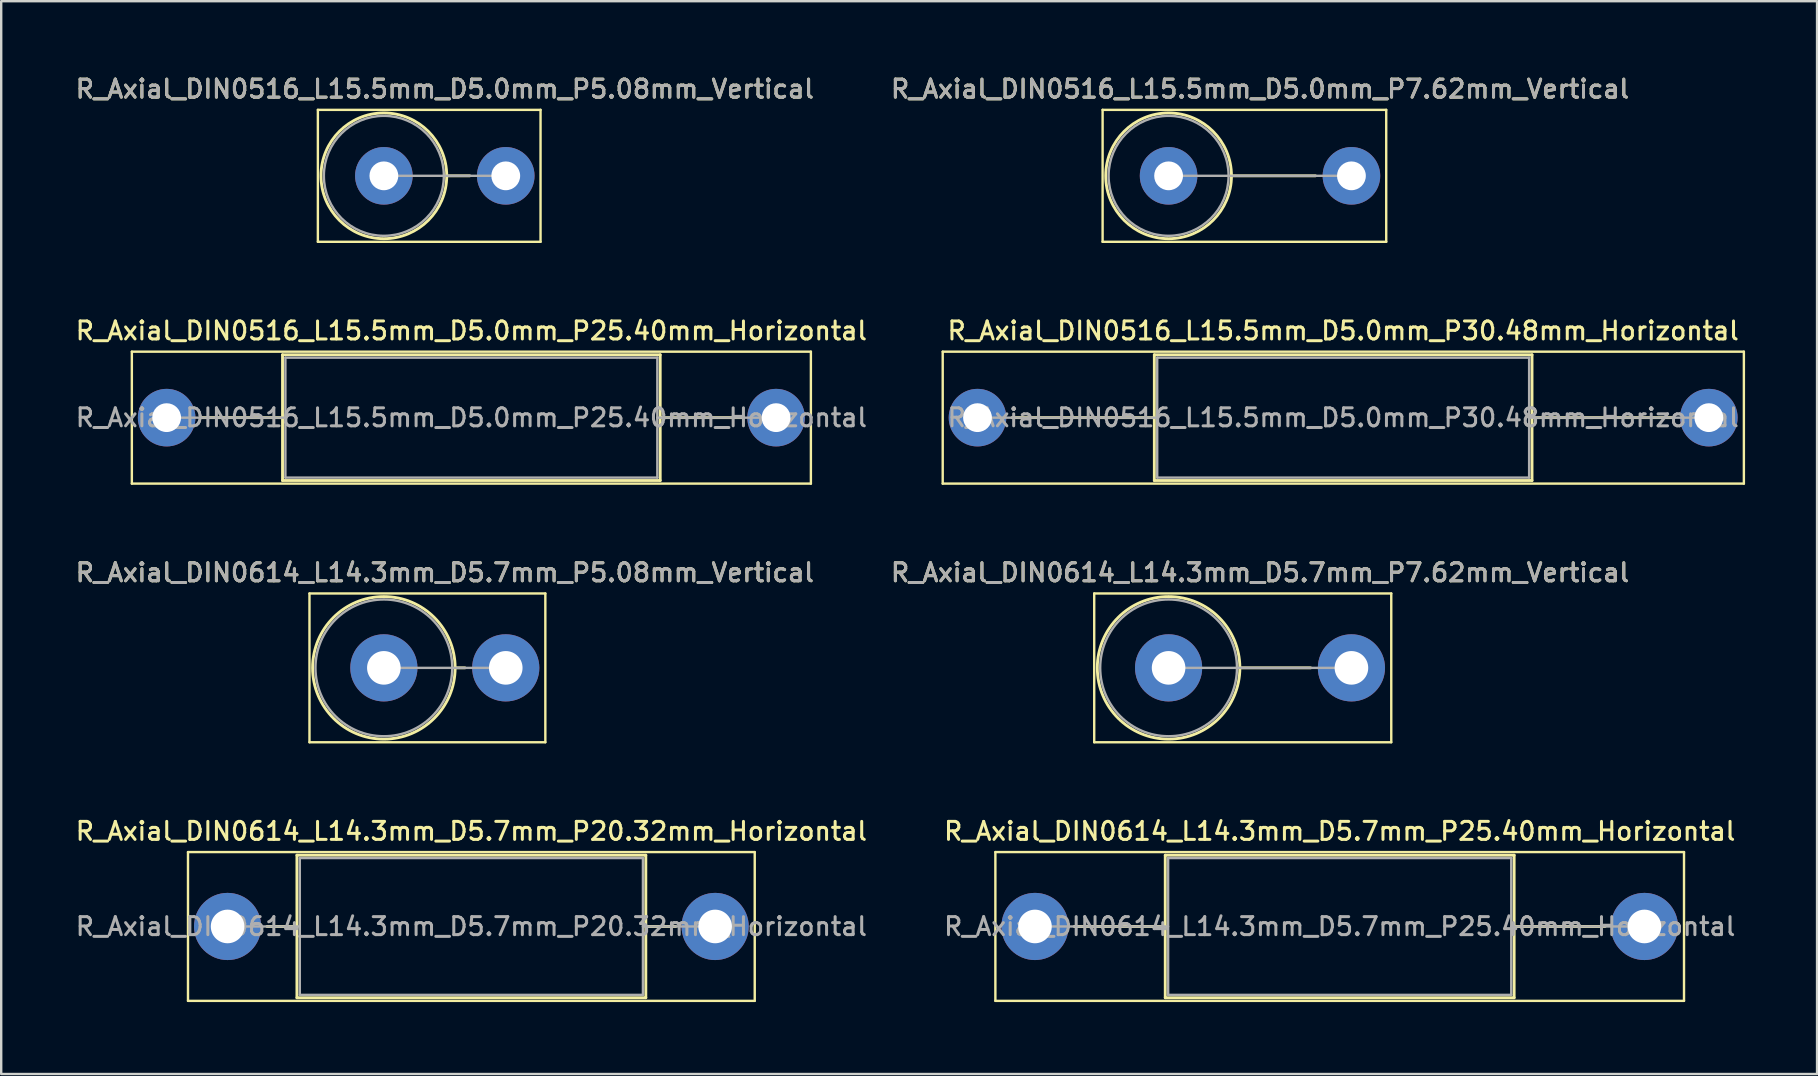
<source format=kicad_pcb>
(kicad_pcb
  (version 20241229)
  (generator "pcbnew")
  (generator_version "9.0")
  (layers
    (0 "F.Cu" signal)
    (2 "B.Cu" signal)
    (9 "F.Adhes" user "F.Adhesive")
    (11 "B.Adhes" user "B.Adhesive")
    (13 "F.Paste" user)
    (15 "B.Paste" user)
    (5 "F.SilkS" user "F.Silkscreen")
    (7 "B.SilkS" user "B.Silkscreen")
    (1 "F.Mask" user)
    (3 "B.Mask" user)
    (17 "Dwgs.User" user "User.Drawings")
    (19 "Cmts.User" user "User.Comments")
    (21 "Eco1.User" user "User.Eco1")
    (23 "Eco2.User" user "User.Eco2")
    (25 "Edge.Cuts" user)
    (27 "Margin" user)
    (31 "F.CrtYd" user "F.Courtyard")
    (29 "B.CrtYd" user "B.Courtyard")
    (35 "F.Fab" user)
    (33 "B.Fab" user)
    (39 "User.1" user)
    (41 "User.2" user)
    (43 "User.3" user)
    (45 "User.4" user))
  (footprint "R_Axial_DIN0516_L15.5mm_D5.0mm_P30.48mm_Horizontal"
    (layer "F.Cu")
    (at 37.689 14.356)
    (property "Reference" "R_Axial_DIN0516_L15.5mm_D5.0mm_P30.48mm_Horizontal" (at 15.24 -3.62 0) (layer "F.SilkS") (effects (font (size 0.75 0.75) (thickness 0.125))))
    (attr through_hole)
    (fp_line (start -1.45 -2.75) (end -1.45 2.75) (stroke (width 0.1) (type solid)) (layer "F.SilkS"))
    (fp_line (start -1.45 2.75) (end 31.94 2.75) (stroke (width 0.1) (type solid)) (layer "F.SilkS"))
    (fp_line (start 1.44 0) (end 7.37 0) (stroke (width 0.12) (type solid)) (layer "F.SilkS"))
    (fp_line (start 7.37 -2.62) (end 7.37 2.62) (stroke (width 0.12) (type solid)) (layer "F.SilkS"))
    (fp_line (start 7.37 2.62) (end 23.11 2.62) (stroke (width 0.12) (type solid)) (layer "F.SilkS"))
    (fp_line (start 23.11 -2.62) (end 7.37 -2.62) (stroke (width 0.12) (type solid)) (layer "F.SilkS"))
    (fp_line (start 23.11 2.62) (end 23.11 -2.62) (stroke (width 0.12) (type solid)) (layer "F.SilkS"))
    (fp_line (start 29.04 0) (end 23.11 0) (stroke (width 0.12) (type solid)) (layer "F.SilkS"))
    (fp_line (start 31.94 -2.75) (end -1.45 -2.75) (stroke (width 0.1) (type solid)) (layer "F.SilkS"))
    (fp_line (start 31.94 2.75) (end 31.94 -2.75) (stroke (width 0.1) (type solid)) (layer "F.SilkS"))
    (fp_line (start 0 0) (end 7.49 0) (stroke (width 0.1) (type solid)) (layer "F.Fab"))
    (fp_line (start 7.49 -2.5) (end 7.49 2.5) (stroke (width 0.1) (type solid)) (layer "F.Fab"))
    (fp_line (start 7.49 2.5) (end 22.99 2.5) (stroke (width 0.1) (type solid)) (layer "F.Fab"))
    (fp_line (start 22.99 -2.5) (end 7.49 -2.5) (stroke (width 0.1) (type solid)) (layer "F.Fab"))
    (fp_line (start 22.99 2.5) (end 22.99 -2.5) (stroke (width 0.1) (type solid)) (layer "F.Fab"))
    (fp_line (start 30.48 0) (end 22.99 0) (stroke (width 0.1) (type solid)) (layer "F.Fab"))
    (fp_text user "${REFERENCE}" (at 15.24 0 0) (layer "F.Fab") (effects (font (size 0.75 0.75) (thickness 0.125))))
    (pad "1" thru_hole circle (at 0 0) (size 2.4 2.4) (drill 1.2) (layers "*.Cu" "*.Mask"))
    (pad "2" thru_hole oval (at 30.48 0) (size 2.4 2.4) (drill 1.2) (layers "*.Cu" "*.Mask")))
  (footprint "R_Axial_DIN0516_L15.5mm_D5.0mm_P7.62mm_Vertical"
    (layer "F.Cu")
    (at 45.653 4.278)
    (property "Reference" "R_Axial_DIN0516_L15.5mm_D5.0mm_P7.62mm_Vertical" (at 3.81 -3.62 0) (layer "F.SilkS") (effects (font (size 0.75 0.75) (thickness 0.125))))
    (attr through_hole)
    (fp_line (start -2.75 -2.75) (end -2.75 2.75) (stroke (width 0.1) (type solid)) (layer "F.SilkS"))
    (fp_line (start -2.75 2.75) (end 9.07 2.75) (stroke (width 0.1) (type solid)) (layer "F.SilkS"))
    (fp_line (start 2.62 0) (end 6.12 0) (stroke (width 0.12) (type solid)) (layer "F.SilkS"))
    (fp_line (start 9.07 -2.75) (end -2.75 -2.75) (stroke (width 0.1) (type solid)) (layer "F.SilkS"))
    (fp_line (start 9.07 2.75) (end 9.07 -2.75) (stroke (width 0.1) (type solid)) (layer "F.SilkS"))
    (fp_circle (center 0 0) (end 2.62 0) (stroke (width 0.12) (type solid)) (fill no) (layer "F.SilkS"))
    (fp_line (start 0 0) (end 7.62 0) (stroke (width 0.1) (type solid)) (layer "F.Fab"))
    (fp_circle (center 0 0) (end 2.5 0) (stroke (width 0.1) (type solid)) (fill no) (layer "F.Fab"))
    (fp_text user "${REFERENCE}" (at 3.81 -3.62 0) (layer "F.Fab") (effects (font (size 0.75 0.75) (thickness 0.125))))
    (pad "1" thru_hole circle (at 0 0) (size 2.4 2.4) (drill 1.2) (layers "*.Cu" "*.Mask"))
    (pad "2" thru_hole oval (at 7.62 0) (size 2.4 2.4) (drill 1.2) (layers "*.Cu" "*.Mask")))
  (footprint "R_Axial_DIN0614_L14.3mm_D5.7mm_P25.40mm_Horizontal"
    (layer "F.Cu")
    (at 40.084 35.562)
    (property "Reference" "R_Axial_DIN0614_L14.3mm_D5.7mm_P25.40mm_Horizontal" (at 12.7 -3.97 0) (layer "F.SilkS") (effects (font (size 0.75 0.75) (thickness 0.125))))
    (attr through_hole)
    (fp_line (start -1.65 -3.1) (end -1.65 3.1) (stroke (width 0.1) (type solid)) (layer "F.SilkS"))
    (fp_line (start -1.65 3.1) (end 27.05 3.1) (stroke (width 0.1) (type solid)) (layer "F.SilkS"))
    (fp_line (start 1.64 0) (end 5.43 0) (stroke (width 0.12) (type solid)) (layer "F.SilkS"))
    (fp_line (start 5.43 -2.97) (end 5.43 2.97) (stroke (width 0.12) (type solid)) (layer "F.SilkS"))
    (fp_line (start 5.43 2.97) (end 19.97 2.97) (stroke (width 0.12) (type solid)) (layer "F.SilkS"))
    (fp_line (start 19.97 -2.97) (end 5.43 -2.97) (stroke (width 0.12) (type solid)) (layer "F.SilkS"))
    (fp_line (start 19.97 2.97) (end 19.97 -2.97) (stroke (width 0.12) (type solid)) (layer "F.SilkS"))
    (fp_line (start 23.76 0) (end 19.97 0) (stroke (width 0.12) (type solid)) (layer "F.SilkS"))
    (fp_line (start 27.05 -3.1) (end -1.65 -3.1) (stroke (width 0.1) (type solid)) (layer "F.SilkS"))
    (fp_line (start 27.05 3.1) (end 27.05 -3.1) (stroke (width 0.1) (type solid)) (layer "F.SilkS"))
    (fp_line (start 0 0) (end 5.55 0) (stroke (width 0.1) (type solid)) (layer "F.Fab"))
    (fp_line (start 5.55 -2.85) (end 5.55 2.85) (stroke (width 0.1) (type solid)) (layer "F.Fab"))
    (fp_line (start 5.55 2.85) (end 19.85 2.85) (stroke (width 0.1) (type solid)) (layer "F.Fab"))
    (fp_line (start 19.85 -2.85) (end 5.55 -2.85) (stroke (width 0.1) (type solid)) (layer "F.Fab"))
    (fp_line (start 19.85 2.85) (end 19.85 -2.85) (stroke (width 0.1) (type solid)) (layer "F.Fab"))
    (fp_line (start 25.4 0) (end 19.85 0) (stroke (width 0.1) (type solid)) (layer "F.Fab"))
    (fp_text user "${REFERENCE}" (at 12.7 0 0) (layer "F.Fab") (effects (font (size 0.75 0.75) (thickness 0.125))))
    (pad "1" thru_hole circle (at 0 0) (size 2.8 2.8) (drill 1.4) (layers "*.Cu" "*.Mask"))
    (pad "2" thru_hole oval (at 25.4 0) (size 2.8 2.8) (drill 1.4) (layers "*.Cu" "*.Mask")))
  (footprint "R_Axial_DIN0614_L14.3mm_D5.7mm_P7.62mm_Vertical"
    (layer "F.Cu")
    (at 45.653 24.784)
    (property "Reference" "R_Axial_DIN0614_L14.3mm_D5.7mm_P7.62mm_Vertical" (at 3.81 -3.97 0) (layer "F.SilkS") (effects (font (size 0.75 0.75) (thickness 0.125))))
    (attr through_hole)
    (fp_line (start -3.1 -3.1) (end -3.1 3.1) (stroke (width 0.1) (type solid)) (layer "F.SilkS"))
    (fp_line (start -3.1 3.1) (end 9.28 3.1) (stroke (width 0.1) (type solid)) (layer "F.SilkS"))
    (fp_line (start 2.97 0) (end 5.92 0) (stroke (width 0.12) (type solid)) (layer "F.SilkS"))
    (fp_line (start 9.28 -3.1) (end -3.1 -3.1) (stroke (width 0.1) (type solid)) (layer "F.SilkS"))
    (fp_line (start 9.28 3.1) (end 9.28 -3.1) (stroke (width 0.1) (type solid)) (layer "F.SilkS"))
    (fp_circle (center 0 0) (end 2.97 0) (stroke (width 0.12) (type solid)) (fill no) (layer "F.SilkS"))
    (fp_line (start 0 0) (end 7.62 0) (stroke (width 0.1) (type solid)) (layer "F.Fab"))
    (fp_circle (center 0 0) (end 2.85 0) (stroke (width 0.1) (type solid)) (fill no) (layer "F.Fab"))
    (fp_text user "${REFERENCE}" (at 3.81 -3.97 0) (layer "F.Fab") (effects (font (size 0.75 0.75) (thickness 0.125))))
    (pad "1" thru_hole circle (at 0 0) (size 2.8 2.8) (drill 1.4) (layers "*.Cu" "*.Mask"))
    (pad "2" thru_hole oval (at 7.62 0) (size 2.8 2.8) (drill 1.4) (layers "*.Cu" "*.Mask")))
  (footprint "R_Axial_DIN0614_L14.3mm_D5.7mm_P5.08mm_Vertical"
    (layer "F.Cu")
    (at 12.948 24.784)
    (property "Reference" "R_Axial_DIN0614_L14.3mm_D5.7mm_P5.08mm_Vertical" (at 2.54 -3.97 0) (layer "F.SilkS") (effects (font (size 0.75 0.75) (thickness 0.125))))
    (attr through_hole)
    (fp_line (start -3.1 -3.1) (end -3.1 3.1) (stroke (width 0.1) (type solid)) (layer "F.SilkS"))
    (fp_line (start -3.1 3.1) (end 6.73 3.1) (stroke (width 0.1) (type solid)) (layer "F.SilkS"))
    (fp_line (start 2.97 0) (end 3.38 0) (stroke (width 0.12) (type solid)) (layer "F.SilkS"))
    (fp_line (start 6.73 -3.1) (end -3.1 -3.1) (stroke (width 0.1) (type solid)) (layer "F.SilkS"))
    (fp_line (start 6.73 3.1) (end 6.73 -3.1) (stroke (width 0.1) (type solid)) (layer "F.SilkS"))
    (fp_circle (center 0 0) (end 2.97 0) (stroke (width 0.12) (type solid)) (fill no) (layer "F.SilkS"))
    (fp_line (start 0 0) (end 5.08 0) (stroke (width 0.1) (type solid)) (layer "F.Fab"))
    (fp_circle (center 0 0) (end 2.85 0) (stroke (width 0.1) (type solid)) (fill no) (layer "F.Fab"))
    (fp_text user "${REFERENCE}" (at 2.54 -3.97 0) (layer "F.Fab") (effects (font (size 0.75 0.75) (thickness 0.125))))
    (pad "1" thru_hole circle (at 0 0) (size 2.8 2.8) (drill 1.4) (layers "*.Cu" "*.Mask"))
    (pad "2" thru_hole oval (at 5.08 0) (size 2.8 2.8) (drill 1.4) (layers "*.Cu" "*.Mask")))
  (footprint "R_Axial_DIN0516_L15.5mm_D5.0mm_P5.08mm_Vertical"
    (layer "F.Cu")
    (at 12.948 4.278)
    (property "Reference" "R_Axial_DIN0516_L15.5mm_D5.0mm_P5.08mm_Vertical" (at 2.54 -3.62 0) (layer "F.SilkS") (effects (font (size 0.75 0.75) (thickness 0.125))))
    (attr through_hole)
    (fp_line (start -2.75 -2.75) (end -2.75 2.75) (stroke (width 0.1) (type solid)) (layer "F.SilkS"))
    (fp_line (start -2.75 2.75) (end 6.53 2.75) (stroke (width 0.1) (type solid)) (layer "F.SilkS"))
    (fp_line (start 2.62 0) (end 3.58 0) (stroke (width 0.12) (type solid)) (layer "F.SilkS"))
    (fp_line (start 6.53 -2.75) (end -2.75 -2.75) (stroke (width 0.1) (type solid)) (layer "F.SilkS"))
    (fp_line (start 6.53 2.75) (end 6.53 -2.75) (stroke (width 0.1) (type solid)) (layer "F.SilkS"))
    (fp_circle (center 0 0) (end 2.62 0) (stroke (width 0.12) (type solid)) (fill no) (layer "F.SilkS"))
    (fp_line (start 0 0) (end 5.08 0) (stroke (width 0.1) (type solid)) (layer "F.Fab"))
    (fp_circle (center 0 0) (end 2.5 0) (stroke (width 0.1) (type solid)) (fill no) (layer "F.Fab"))
    (fp_text user "${REFERENCE}" (at 2.54 -3.62 0) (layer "F.Fab") (effects (font (size 0.75 0.75) (thickness 0.125))))
    (pad "1" thru_hole circle (at 0 0) (size 2.4 2.4) (drill 1.2) (layers "*.Cu" "*.Mask"))
    (pad "2" thru_hole oval (at 5.08 0) (size 2.4 2.4) (drill 1.2) (layers "*.Cu" "*.Mask")))
  (footprint "R_Axial_DIN0516_L15.5mm_D5.0mm_P25.40mm_Horizontal"
    (layer "F.Cu")
    (at 3.895 14.356)
    (property "Reference" "R_Axial_DIN0516_L15.5mm_D5.0mm_P25.40mm_Horizontal" (at 12.7 -3.62 0) (layer "F.SilkS") (effects (font (size 0.75 0.75) (thickness 0.125))))
    (attr through_hole)
    (fp_line (start -1.45 -2.75) (end -1.45 2.75) (stroke (width 0.1) (type solid)) (layer "F.SilkS"))
    (fp_line (start -1.45 2.75) (end 26.85 2.75) (stroke (width 0.1) (type solid)) (layer "F.SilkS"))
    (fp_line (start 1.44 0) (end 4.83 0) (stroke (width 0.12) (type solid)) (layer "F.SilkS"))
    (fp_line (start 4.83 -2.62) (end 4.83 2.62) (stroke (width 0.12) (type solid)) (layer "F.SilkS"))
    (fp_line (start 4.83 2.62) (end 20.57 2.62) (stroke (width 0.12) (type solid)) (layer "F.SilkS"))
    (fp_line (start 20.57 -2.62) (end 4.83 -2.62) (stroke (width 0.12) (type solid)) (layer "F.SilkS"))
    (fp_line (start 20.57 2.62) (end 20.57 -2.62) (stroke (width 0.12) (type solid)) (layer "F.SilkS"))
    (fp_line (start 23.96 0) (end 20.57 0) (stroke (width 0.12) (type solid)) (layer "F.SilkS"))
    (fp_line (start 26.85 -2.75) (end -1.45 -2.75) (stroke (width 0.1) (type solid)) (layer "F.SilkS"))
    (fp_line (start 26.85 2.75) (end 26.85 -2.75) (stroke (width 0.1) (type solid)) (layer "F.SilkS"))
    (fp_line (start 0 0) (end 4.95 0) (stroke (width 0.1) (type solid)) (layer "F.Fab"))
    (fp_line (start 4.95 -2.5) (end 4.95 2.5) (stroke (width 0.1) (type solid)) (layer "F.Fab"))
    (fp_line (start 4.95 2.5) (end 20.45 2.5) (stroke (width 0.1) (type solid)) (layer "F.Fab"))
    (fp_line (start 20.45 -2.5) (end 4.95 -2.5) (stroke (width 0.1) (type solid)) (layer "F.Fab"))
    (fp_line (start 20.45 2.5) (end 20.45 -2.5) (stroke (width 0.1) (type solid)) (layer "F.Fab"))
    (fp_line (start 25.4 0) (end 20.45 0) (stroke (width 0.1) (type solid)) (layer "F.Fab"))
    (fp_text user "${REFERENCE}" (at 12.7 0 0) (layer "F.Fab") (effects (font (size 0.75 0.75) (thickness 0.125))))
    (pad "1" thru_hole circle (at 0 0) (size 2.4 2.4) (drill 1.2) (layers "*.Cu" "*.Mask"))
    (pad "2" thru_hole oval (at 25.4 0) (size 2.4 2.4) (drill 1.2) (layers "*.Cu" "*.Mask")))
  (footprint "R_Axial_DIN0614_L14.3mm_D5.7mm_P20.32mm_Horizontal"
    (layer "F.Cu")
    (at 6.435 35.562)
    (property "Reference" "R_Axial_DIN0614_L14.3mm_D5.7mm_P20.32mm_Horizontal" (at 10.16 -3.97 0) (layer "F.SilkS") (effects (font (size 0.75 0.75) (thickness 0.125))))
    (attr through_hole)
    (fp_line (start -1.65 -3.1) (end -1.65 3.1) (stroke (width 0.1) (type solid)) (layer "F.SilkS"))
    (fp_line (start -1.65 3.1) (end 21.97 3.1) (stroke (width 0.1) (type solid)) (layer "F.SilkS"))
    (fp_line (start 1.64 0) (end 2.89 0) (stroke (width 0.12) (type solid)) (layer "F.SilkS"))
    (fp_line (start 2.89 -2.97) (end 2.89 2.97) (stroke (width 0.12) (type solid)) (layer "F.SilkS"))
    (fp_line (start 2.89 2.97) (end 17.43 2.97) (stroke (width 0.12) (type solid)) (layer "F.SilkS"))
    (fp_line (start 17.43 -2.97) (end 2.89 -2.97) (stroke (width 0.12) (type solid)) (layer "F.SilkS"))
    (fp_line (start 17.43 2.97) (end 17.43 -2.97) (stroke (width 0.12) (type solid)) (layer "F.SilkS"))
    (fp_line (start 18.68 0) (end 17.43 0) (stroke (width 0.12) (type solid)) (layer "F.SilkS"))
    (fp_line (start 21.97 -3.1) (end -1.65 -3.1) (stroke (width 0.1) (type solid)) (layer "F.SilkS"))
    (fp_line (start 21.97 3.1) (end 21.97 -3.1) (stroke (width 0.1) (type solid)) (layer "F.SilkS"))
    (fp_line (start 0 0) (end 3.01 0) (stroke (width 0.1) (type solid)) (layer "F.Fab"))
    (fp_line (start 3.01 -2.85) (end 3.01 2.85) (stroke (width 0.1) (type solid)) (layer "F.Fab"))
    (fp_line (start 3.01 2.85) (end 17.31 2.85) (stroke (width 0.1) (type solid)) (layer "F.Fab"))
    (fp_line (start 17.31 -2.85) (end 3.01 -2.85) (stroke (width 0.1) (type solid)) (layer "F.Fab"))
    (fp_line (start 17.31 2.85) (end 17.31 -2.85) (stroke (width 0.1) (type solid)) (layer "F.Fab"))
    (fp_line (start 20.32 0) (end 17.31 0) (stroke (width 0.1) (type solid)) (layer "F.Fab"))
    (fp_text user "${REFERENCE}" (at 10.16 0 0) (layer "F.Fab") (effects (font (size 0.75 0.75) (thickness 0.125))))
    (pad "1" thru_hole circle (at 0 0) (size 2.8 2.8) (drill 1.4) (layers "*.Cu" "*.Mask"))
    (pad "2" thru_hole oval (at 20.32 0) (size 2.8 2.8) (drill 1.4) (layers "*.Cu" "*.Mask")))
  (gr_rect
    (start -3 -3)
    (end 72.679 41.712)
    (stroke (width 0.1) (type default))
    (fill no)
    (layer "Edge.Cuts")))
</source>
